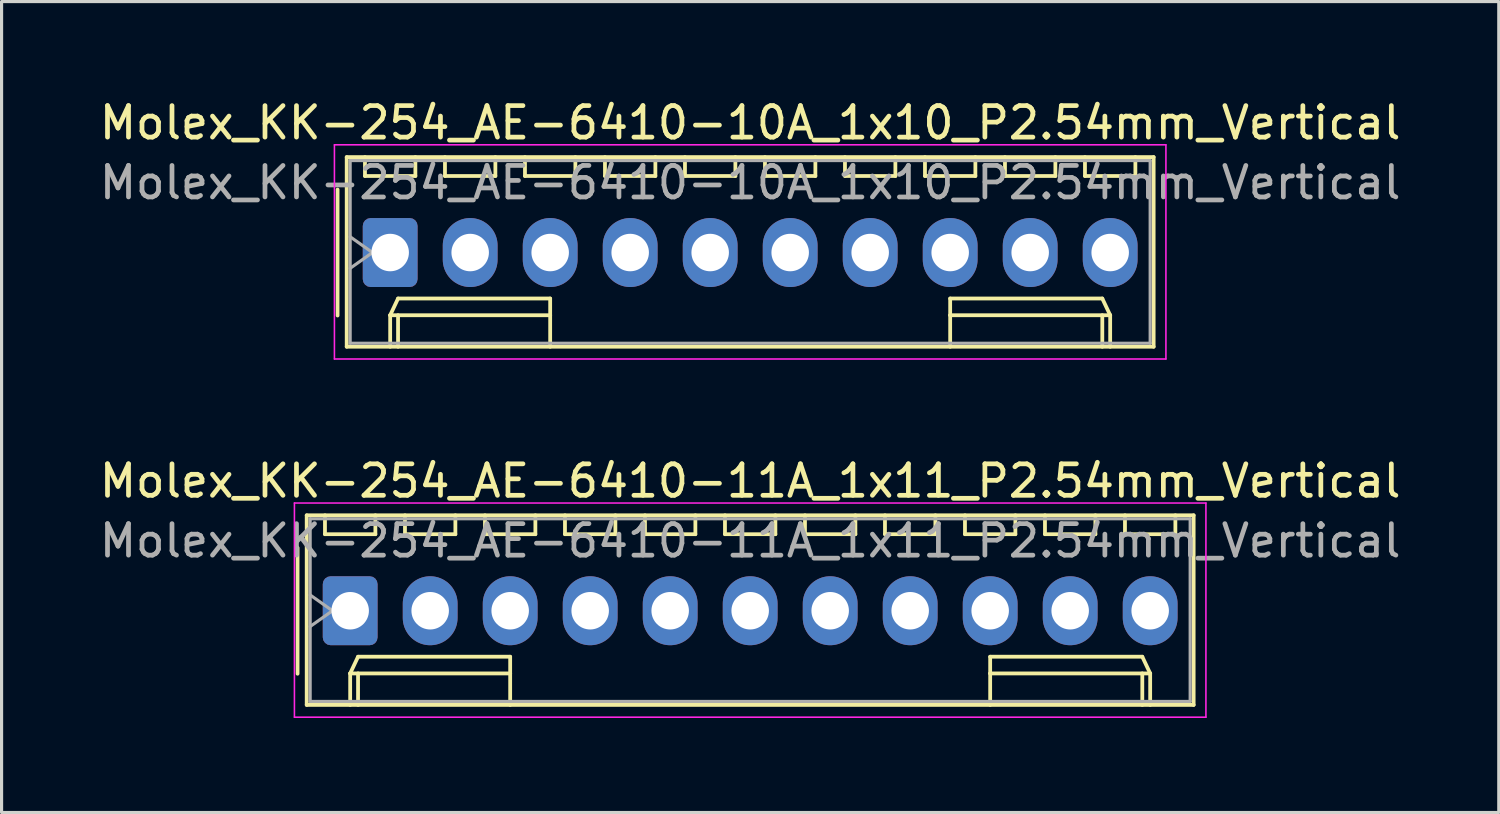
<source format=kicad_pcb>
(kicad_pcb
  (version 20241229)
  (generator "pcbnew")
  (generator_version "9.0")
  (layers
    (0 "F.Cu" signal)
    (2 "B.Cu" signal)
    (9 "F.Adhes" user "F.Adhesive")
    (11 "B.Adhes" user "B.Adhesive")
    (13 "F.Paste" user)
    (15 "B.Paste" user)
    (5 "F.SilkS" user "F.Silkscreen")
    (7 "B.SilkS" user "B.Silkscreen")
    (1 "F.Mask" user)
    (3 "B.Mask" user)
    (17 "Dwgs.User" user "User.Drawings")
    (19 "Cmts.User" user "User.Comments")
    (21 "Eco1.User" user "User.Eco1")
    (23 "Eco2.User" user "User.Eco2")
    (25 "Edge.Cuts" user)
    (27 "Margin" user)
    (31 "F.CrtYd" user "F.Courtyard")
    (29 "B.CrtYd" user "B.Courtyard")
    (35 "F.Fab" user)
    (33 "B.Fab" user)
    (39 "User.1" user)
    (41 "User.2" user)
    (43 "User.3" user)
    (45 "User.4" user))
  (footprint "Molex_KK-254_AE-6410-11A_1x11_P2.54mm_Vertical"
    (layer "F.Cu")
    (at 8.068 16.341)
    (property "Reference" "Molex_KK-254_AE-6410-11A_1x11_P2.54mm_Vertical" (at 12.7 -4.12 0) (layer "F.SilkS") (effects (font (size 1 1) (thickness 0.15))))
    (attr through_hole)
    (fp_line (start -1.67 -2) (end -1.67 2) (stroke (width 0.12) (type solid)) (layer "F.SilkS"))
    (fp_line (start -1.38 -3.03) (end -1.38 2.99) (stroke (width 0.12) (type solid)) (layer "F.SilkS"))
    (fp_line (start -1.38 2.99) (end 26.78 2.99) (stroke (width 0.12) (type solid)) (layer "F.SilkS"))
    (fp_line (start -0.8 -3.03) (end -0.8 -2.43) (stroke (width 0.12) (type solid)) (layer "F.SilkS"))
    (fp_line (start -0.8 -2.43) (end 0.8 -2.43) (stroke (width 0.12) (type solid)) (layer "F.SilkS"))
    (fp_line (start 0 1.99) (end 0.25 1.46) (stroke (width 0.12) (type solid)) (layer "F.SilkS"))
    (fp_line (start 0 1.99) (end 5.08 1.99) (stroke (width 0.12) (type solid)) (layer "F.SilkS"))
    (fp_line (start 0 2.99) (end 0 1.99) (stroke (width 0.12) (type solid)) (layer "F.SilkS"))
    (fp_line (start 0.25 1.46) (end 5.08 1.46) (stroke (width 0.12) (type solid)) (layer "F.SilkS"))
    (fp_line (start 0.25 2.99) (end 0.25 1.99) (stroke (width 0.12) (type solid)) (layer "F.SilkS"))
    (fp_line (start 0.8 -2.43) (end 0.8 -3.03) (stroke (width 0.12) (type solid)) (layer "F.SilkS"))
    (fp_line (start 1.74 -3.03) (end 1.74 -2.43) (stroke (width 0.12) (type solid)) (layer "F.SilkS"))
    (fp_line (start 1.74 -2.43) (end 3.34 -2.43) (stroke (width 0.12) (type solid)) (layer "F.SilkS"))
    (fp_line (start 3.34 -2.43) (end 3.34 -3.03) (stroke (width 0.12) (type solid)) (layer "F.SilkS"))
    (fp_line (start 4.28 -3.03) (end 4.28 -2.43) (stroke (width 0.12) (type solid)) (layer "F.SilkS"))
    (fp_line (start 4.28 -2.43) (end 5.88 -2.43) (stroke (width 0.12) (type solid)) (layer "F.SilkS"))
    (fp_line (start 5.08 1.46) (end 5.08 1.99) (stroke (width 0.12) (type solid)) (layer "F.SilkS"))
    (fp_line (start 5.08 1.99) (end 5.08 2.99) (stroke (width 0.12) (type solid)) (layer "F.SilkS"))
    (fp_line (start 5.88 -2.43) (end 5.88 -3.03) (stroke (width 0.12) (type solid)) (layer "F.SilkS"))
    (fp_line (start 6.82 -3.03) (end 6.82 -2.43) (stroke (width 0.12) (type solid)) (layer "F.SilkS"))
    (fp_line (start 6.82 -2.43) (end 8.42 -2.43) (stroke (width 0.12) (type solid)) (layer "F.SilkS"))
    (fp_line (start 8.42 -2.43) (end 8.42 -3.03) (stroke (width 0.12) (type solid)) (layer "F.SilkS"))
    (fp_line (start 9.36 -3.03) (end 9.36 -2.43) (stroke (width 0.12) (type solid)) (layer "F.SilkS"))
    (fp_line (start 9.36 -2.43) (end 10.96 -2.43) (stroke (width 0.12) (type solid)) (layer "F.SilkS"))
    (fp_line (start 10.96 -2.43) (end 10.96 -3.03) (stroke (width 0.12) (type solid)) (layer "F.SilkS"))
    (fp_line (start 11.9 -3.03) (end 11.9 -2.43) (stroke (width 0.12) (type solid)) (layer "F.SilkS"))
    (fp_line (start 11.9 -2.43) (end 13.5 -2.43) (stroke (width 0.12) (type solid)) (layer "F.SilkS"))
    (fp_line (start 13.5 -2.43) (end 13.5 -3.03) (stroke (width 0.12) (type solid)) (layer "F.SilkS"))
    (fp_line (start 14.44 -3.03) (end 14.44 -2.43) (stroke (width 0.12) (type solid)) (layer "F.SilkS"))
    (fp_line (start 14.44 -2.43) (end 16.04 -2.43) (stroke (width 0.12) (type solid)) (layer "F.SilkS"))
    (fp_line (start 16.04 -2.43) (end 16.04 -3.03) (stroke (width 0.12) (type solid)) (layer "F.SilkS"))
    (fp_line (start 16.98 -3.03) (end 16.98 -2.43) (stroke (width 0.12) (type solid)) (layer "F.SilkS"))
    (fp_line (start 16.98 -2.43) (end 18.58 -2.43) (stroke (width 0.12) (type solid)) (layer "F.SilkS"))
    (fp_line (start 18.58 -2.43) (end 18.58 -3.03) (stroke (width 0.12) (type solid)) (layer "F.SilkS"))
    (fp_line (start 19.52 -3.03) (end 19.52 -2.43) (stroke (width 0.12) (type solid)) (layer "F.SilkS"))
    (fp_line (start 19.52 -2.43) (end 21.12 -2.43) (stroke (width 0.12) (type solid)) (layer "F.SilkS"))
    (fp_line (start 20.32 1.46) (end 20.32 1.99) (stroke (width 0.12) (type solid)) (layer "F.SilkS"))
    (fp_line (start 20.32 1.99) (end 20.32 2.99) (stroke (width 0.12) (type solid)) (layer "F.SilkS"))
    (fp_line (start 21.12 -2.43) (end 21.12 -3.03) (stroke (width 0.12) (type solid)) (layer "F.SilkS"))
    (fp_line (start 22.06 -3.03) (end 22.06 -2.43) (stroke (width 0.12) (type solid)) (layer "F.SilkS"))
    (fp_line (start 22.06 -2.43) (end 23.66 -2.43) (stroke (width 0.12) (type solid)) (layer "F.SilkS"))
    (fp_line (start 23.66 -2.43) (end 23.66 -3.03) (stroke (width 0.12) (type solid)) (layer "F.SilkS"))
    (fp_line (start 24.6 -3.03) (end 24.6 -2.43) (stroke (width 0.12) (type solid)) (layer "F.SilkS"))
    (fp_line (start 24.6 -2.43) (end 26.2 -2.43) (stroke (width 0.12) (type solid)) (layer "F.SilkS"))
    (fp_line (start 25.15 1.46) (end 20.32 1.46) (stroke (width 0.12) (type solid)) (layer "F.SilkS"))
    (fp_line (start 25.15 2.99) (end 25.15 1.99) (stroke (width 0.12) (type solid)) (layer "F.SilkS"))
    (fp_line (start 25.4 1.99) (end 20.32 1.99) (stroke (width 0.12) (type solid)) (layer "F.SilkS"))
    (fp_line (start 25.4 1.99) (end 25.15 1.46) (stroke (width 0.12) (type solid)) (layer "F.SilkS"))
    (fp_line (start 25.4 2.99) (end 25.4 1.99) (stroke (width 0.12) (type solid)) (layer "F.SilkS"))
    (fp_line (start 26.2 -2.43) (end 26.2 -3.03) (stroke (width 0.12) (type solid)) (layer "F.SilkS"))
    (fp_line (start 26.78 -3.03) (end -1.38 -3.03) (stroke (width 0.12) (type solid)) (layer "F.SilkS"))
    (fp_line (start 26.78 2.99) (end 26.78 -3.03) (stroke (width 0.12) (type solid)) (layer "F.SilkS"))
    (fp_line (start -1.77 -3.42) (end -1.77 3.38) (stroke (width 0.05) (type solid)) (layer "F.CrtYd"))
    (fp_line (start -1.77 3.38) (end 27.17 3.38) (stroke (width 0.05) (type solid)) (layer "F.CrtYd"))
    (fp_line (start 27.17 -3.42) (end -1.77 -3.42) (stroke (width 0.05) (type solid)) (layer "F.CrtYd"))
    (fp_line (start 27.17 3.38) (end 27.17 -3.42) (stroke (width 0.05) (type solid)) (layer "F.CrtYd"))
    (fp_line (start -1.27 -2.92) (end -1.27 2.88) (stroke (width 0.1) (type solid)) (layer "F.Fab"))
    (fp_line (start -1.27 -0.5) (end -0.563 0) (stroke (width 0.1) (type solid)) (layer "F.Fab"))
    (fp_line (start -1.27 2.88) (end 26.67 2.88) (stroke (width 0.1) (type solid)) (layer "F.Fab"))
    (fp_line (start -0.563 0) (end -1.27 0.5) (stroke (width 0.1) (type solid)) (layer "F.Fab"))
    (fp_line (start 26.67 -2.92) (end -1.27 -2.92) (stroke (width 0.1) (type solid)) (layer "F.Fab"))
    (fp_line (start 26.67 2.88) (end 26.67 -2.92) (stroke (width 0.1) (type solid)) (layer "F.Fab"))
    (fp_text user "${REFERENCE}" (at 12.7 -2.22 0) (layer "F.Fab") (effects (font (size 1 1) (thickness 0.15))))
    (pad "1" thru_hole roundrect (at 0 0) (size 1.74 2.19) (drill 1.19) (layers "*.Cu" "*.Mask") (roundrect_rratio 0.144))
    (pad "2" thru_hole oval (at 2.54 0) (size 1.74 2.19) (drill 1.19) (layers "*.Cu" "*.Mask"))
    (pad "3" thru_hole oval (at 5.08 0) (size 1.74 2.19) (drill 1.19) (layers "*.Cu" "*.Mask"))
    (pad "4" thru_hole oval (at 7.62 0) (size 1.74 2.19) (drill 1.19) (layers "*.Cu" "*.Mask"))
    (pad "5" thru_hole oval (at 10.16 0) (size 1.74 2.19) (drill 1.19) (layers "*.Cu" "*.Mask"))
    (pad "6" thru_hole oval (at 12.7 0) (size 1.74 2.19) (drill 1.19) (layers "*.Cu" "*.Mask"))
    (pad "7" thru_hole oval (at 15.24 0) (size 1.74 2.19) (drill 1.19) (layers "*.Cu" "*.Mask"))
    (pad "8" thru_hole oval (at 17.78 0) (size 1.74 2.19) (drill 1.19) (layers "*.Cu" "*.Mask"))
    (pad "9" thru_hole oval (at 20.32 0) (size 1.74 2.19) (drill 1.19) (layers "*.Cu" "*.Mask"))
    (pad "10" thru_hole oval (at 22.86 0) (size 1.74 2.19) (drill 1.19) (layers "*.Cu" "*.Mask"))
    (pad "11" thru_hole oval (at 25.4 0) (size 1.74 2.19) (drill 1.19) (layers "*.Cu" "*.Mask")))
  (footprint "Molex_KK-254_AE-6410-10A_1x10_P2.54mm_Vertical"
    (layer "F.Cu")
    (at 9.338 4.968)
    (property "Reference" "Molex_KK-254_AE-6410-10A_1x10_P2.54mm_Vertical" (at 11.43 -4.12 0) (layer "F.SilkS") (effects (font (size 1 1) (thickness 0.15))))
    (attr through_hole)
    (fp_line (start -1.67 -2) (end -1.67 2) (stroke (width 0.12) (type solid)) (layer "F.SilkS"))
    (fp_line (start -1.38 -3.03) (end -1.38 2.99) (stroke (width 0.12) (type solid)) (layer "F.SilkS"))
    (fp_line (start -1.38 2.99) (end 24.24 2.99) (stroke (width 0.12) (type solid)) (layer "F.SilkS"))
    (fp_line (start -0.8 -3.03) (end -0.8 -2.43) (stroke (width 0.12) (type solid)) (layer "F.SilkS"))
    (fp_line (start -0.8 -2.43) (end 0.8 -2.43) (stroke (width 0.12) (type solid)) (layer "F.SilkS"))
    (fp_line (start 0 1.99) (end 0.25 1.46) (stroke (width 0.12) (type solid)) (layer "F.SilkS"))
    (fp_line (start 0 1.99) (end 5.08 1.99) (stroke (width 0.12) (type solid)) (layer "F.SilkS"))
    (fp_line (start 0 2.99) (end 0 1.99) (stroke (width 0.12) (type solid)) (layer "F.SilkS"))
    (fp_line (start 0.25 1.46) (end 5.08 1.46) (stroke (width 0.12) (type solid)) (layer "F.SilkS"))
    (fp_line (start 0.25 2.99) (end 0.25 1.99) (stroke (width 0.12) (type solid)) (layer "F.SilkS"))
    (fp_line (start 0.8 -2.43) (end 0.8 -3.03) (stroke (width 0.12) (type solid)) (layer "F.SilkS"))
    (fp_line (start 1.74 -3.03) (end 1.74 -2.43) (stroke (width 0.12) (type solid)) (layer "F.SilkS"))
    (fp_line (start 1.74 -2.43) (end 3.34 -2.43) (stroke (width 0.12) (type solid)) (layer "F.SilkS"))
    (fp_line (start 3.34 -2.43) (end 3.34 -3.03) (stroke (width 0.12) (type solid)) (layer "F.SilkS"))
    (fp_line (start 4.28 -3.03) (end 4.28 -2.43) (stroke (width 0.12) (type solid)) (layer "F.SilkS"))
    (fp_line (start 4.28 -2.43) (end 5.88 -2.43) (stroke (width 0.12) (type solid)) (layer "F.SilkS"))
    (fp_line (start 5.08 1.46) (end 5.08 1.99) (stroke (width 0.12) (type solid)) (layer "F.SilkS"))
    (fp_line (start 5.08 1.99) (end 5.08 2.99) (stroke (width 0.12) (type solid)) (layer "F.SilkS"))
    (fp_line (start 5.88 -2.43) (end 5.88 -3.03) (stroke (width 0.12) (type solid)) (layer "F.SilkS"))
    (fp_line (start 6.82 -3.03) (end 6.82 -2.43) (stroke (width 0.12) (type solid)) (layer "F.SilkS"))
    (fp_line (start 6.82 -2.43) (end 8.42 -2.43) (stroke (width 0.12) (type solid)) (layer "F.SilkS"))
    (fp_line (start 8.42 -2.43) (end 8.42 -3.03) (stroke (width 0.12) (type solid)) (layer "F.SilkS"))
    (fp_line (start 9.36 -3.03) (end 9.36 -2.43) (stroke (width 0.12) (type solid)) (layer "F.SilkS"))
    (fp_line (start 9.36 -2.43) (end 10.96 -2.43) (stroke (width 0.12) (type solid)) (layer "F.SilkS"))
    (fp_line (start 10.96 -2.43) (end 10.96 -3.03) (stroke (width 0.12) (type solid)) (layer "F.SilkS"))
    (fp_line (start 11.9 -3.03) (end 11.9 -2.43) (stroke (width 0.12) (type solid)) (layer "F.SilkS"))
    (fp_line (start 11.9 -2.43) (end 13.5 -2.43) (stroke (width 0.12) (type solid)) (layer "F.SilkS"))
    (fp_line (start 13.5 -2.43) (end 13.5 -3.03) (stroke (width 0.12) (type solid)) (layer "F.SilkS"))
    (fp_line (start 14.44 -3.03) (end 14.44 -2.43) (stroke (width 0.12) (type solid)) (layer "F.SilkS"))
    (fp_line (start 14.44 -2.43) (end 16.04 -2.43) (stroke (width 0.12) (type solid)) (layer "F.SilkS"))
    (fp_line (start 16.04 -2.43) (end 16.04 -3.03) (stroke (width 0.12) (type solid)) (layer "F.SilkS"))
    (fp_line (start 16.98 -3.03) (end 16.98 -2.43) (stroke (width 0.12) (type solid)) (layer "F.SilkS"))
    (fp_line (start 16.98 -2.43) (end 18.58 -2.43) (stroke (width 0.12) (type solid)) (layer "F.SilkS"))
    (fp_line (start 17.78 1.46) (end 17.78 1.99) (stroke (width 0.12) (type solid)) (layer "F.SilkS"))
    (fp_line (start 17.78 1.99) (end 17.78 2.99) (stroke (width 0.12) (type solid)) (layer "F.SilkS"))
    (fp_line (start 18.58 -2.43) (end 18.58 -3.03) (stroke (width 0.12) (type solid)) (layer "F.SilkS"))
    (fp_line (start 19.52 -3.03) (end 19.52 -2.43) (stroke (width 0.12) (type solid)) (layer "F.SilkS"))
    (fp_line (start 19.52 -2.43) (end 21.12 -2.43) (stroke (width 0.12) (type solid)) (layer "F.SilkS"))
    (fp_line (start 21.12 -2.43) (end 21.12 -3.03) (stroke (width 0.12) (type solid)) (layer "F.SilkS"))
    (fp_line (start 22.06 -3.03) (end 22.06 -2.43) (stroke (width 0.12) (type solid)) (layer "F.SilkS"))
    (fp_line (start 22.06 -2.43) (end 23.66 -2.43) (stroke (width 0.12) (type solid)) (layer "F.SilkS"))
    (fp_line (start 22.61 1.46) (end 17.78 1.46) (stroke (width 0.12) (type solid)) (layer "F.SilkS"))
    (fp_line (start 22.61 2.99) (end 22.61 1.99) (stroke (width 0.12) (type solid)) (layer "F.SilkS"))
    (fp_line (start 22.86 1.99) (end 17.78 1.99) (stroke (width 0.12) (type solid)) (layer "F.SilkS"))
    (fp_line (start 22.86 1.99) (end 22.61 1.46) (stroke (width 0.12) (type solid)) (layer "F.SilkS"))
    (fp_line (start 22.86 2.99) (end 22.86 1.99) (stroke (width 0.12) (type solid)) (layer "F.SilkS"))
    (fp_line (start 23.66 -2.43) (end 23.66 -3.03) (stroke (width 0.12) (type solid)) (layer "F.SilkS"))
    (fp_line (start 24.24 -3.03) (end -1.38 -3.03) (stroke (width 0.12) (type solid)) (layer "F.SilkS"))
    (fp_line (start 24.24 2.99) (end 24.24 -3.03) (stroke (width 0.12) (type solid)) (layer "F.SilkS"))
    (fp_line (start -1.77 -3.42) (end -1.77 3.38) (stroke (width 0.05) (type solid)) (layer "F.CrtYd"))
    (fp_line (start -1.77 3.38) (end 24.63 3.38) (stroke (width 0.05) (type solid)) (layer "F.CrtYd"))
    (fp_line (start 24.63 -3.42) (end -1.77 -3.42) (stroke (width 0.05) (type solid)) (layer "F.CrtYd"))
    (fp_line (start 24.63 3.38) (end 24.63 -3.42) (stroke (width 0.05) (type solid)) (layer "F.CrtYd"))
    (fp_line (start -1.27 -2.92) (end -1.27 2.88) (stroke (width 0.1) (type solid)) (layer "F.Fab"))
    (fp_line (start -1.27 -0.5) (end -0.563 0) (stroke (width 0.1) (type solid)) (layer "F.Fab"))
    (fp_line (start -1.27 2.88) (end 24.13 2.88) (stroke (width 0.1) (type solid)) (layer "F.Fab"))
    (fp_line (start -0.563 0) (end -1.27 0.5) (stroke (width 0.1) (type solid)) (layer "F.Fab"))
    (fp_line (start 24.13 -2.92) (end -1.27 -2.92) (stroke (width 0.1) (type solid)) (layer "F.Fab"))
    (fp_line (start 24.13 2.88) (end 24.13 -2.92) (stroke (width 0.1) (type solid)) (layer "F.Fab"))
    (fp_text user "${REFERENCE}" (at 11.43 -2.22 0) (layer "F.Fab") (effects (font (size 1 1) (thickness 0.15))))
    (pad "1" thru_hole roundrect (at 0 0) (size 1.74 2.19) (drill 1.19) (layers "*.Cu" "*.Mask") (roundrect_rratio 0.144))
    (pad "2" thru_hole oval (at 2.54 0) (size 1.74 2.19) (drill 1.19) (layers "*.Cu" "*.Mask"))
    (pad "3" thru_hole oval (at 5.08 0) (size 1.74 2.19) (drill 1.19) (layers "*.Cu" "*.Mask"))
    (pad "4" thru_hole oval (at 7.62 0) (size 1.74 2.19) (drill 1.19) (layers "*.Cu" "*.Mask"))
    (pad "5" thru_hole oval (at 10.16 0) (size 1.74 2.19) (drill 1.19) (layers "*.Cu" "*.Mask"))
    (pad "6" thru_hole oval (at 12.7 0) (size 1.74 2.19) (drill 1.19) (layers "*.Cu" "*.Mask"))
    (pad "7" thru_hole oval (at 15.24 0) (size 1.74 2.19) (drill 1.19) (layers "*.Cu" "*.Mask"))
    (pad "8" thru_hole oval (at 17.78 0) (size 1.74 2.19) (drill 1.19) (layers "*.Cu" "*.Mask"))
    (pad "9" thru_hole oval (at 20.32 0) (size 1.74 2.19) (drill 1.19) (layers "*.Cu" "*.Mask"))
    (pad "10" thru_hole oval (at 22.86 0) (size 1.74 2.19) (drill 1.19) (layers "*.Cu" "*.Mask")))
  (gr_rect
    (start -3 -3)
    (end 44.536 22.747)
    (stroke (width 0.1) (type default))
    (fill no)
    (layer "Edge.Cuts")))
</source>
